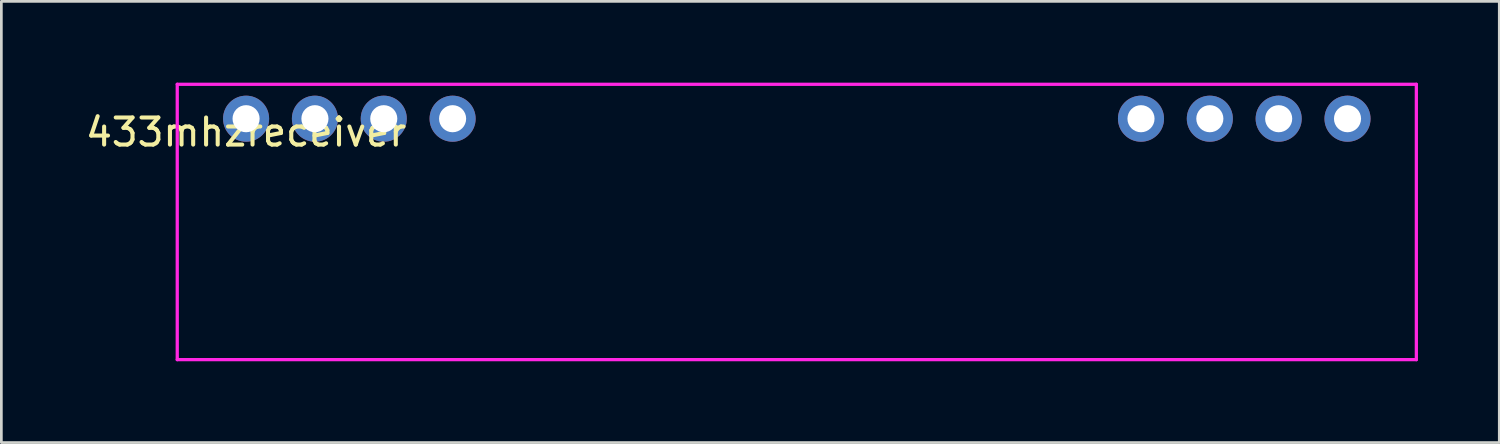
<source format=kicad_pcb>
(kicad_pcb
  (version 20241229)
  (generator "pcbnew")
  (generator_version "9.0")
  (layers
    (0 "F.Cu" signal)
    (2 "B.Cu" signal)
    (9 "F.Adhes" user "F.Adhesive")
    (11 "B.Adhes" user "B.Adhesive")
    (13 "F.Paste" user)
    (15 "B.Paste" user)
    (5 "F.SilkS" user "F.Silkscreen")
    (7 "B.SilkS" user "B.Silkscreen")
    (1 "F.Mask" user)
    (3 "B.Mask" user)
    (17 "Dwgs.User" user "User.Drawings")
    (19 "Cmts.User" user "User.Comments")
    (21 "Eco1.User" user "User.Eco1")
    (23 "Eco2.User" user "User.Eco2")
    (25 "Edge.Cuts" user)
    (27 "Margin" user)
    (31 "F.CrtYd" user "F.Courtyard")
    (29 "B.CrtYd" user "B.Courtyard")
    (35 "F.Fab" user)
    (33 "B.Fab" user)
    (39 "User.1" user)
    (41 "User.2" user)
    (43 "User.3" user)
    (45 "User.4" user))
  (footprint "433mhzreceiver"
    (layer "F.Cu")
    (at 6.03 1.33)
    (property "Reference" "433mhzreceiver" (at 0 0.5 0) (layer "F.SilkS") (effects (font (size 1 1) (thickness 0.15))))
    (attr through_hole)
    (fp_line (start -2.54 -1.27) (end -2.54 8.89) (stroke (width 0.12) (type solid)) (layer "F.CrtYd"))
    (fp_line (start -2.54 8.89) (end 43.18 8.89) (stroke (width 0.12) (type solid)) (layer "F.CrtYd"))
    (fp_line (start 43.18 -1.27) (end -2.54 -1.27) (stroke (width 0.12) (type solid)) (layer "F.CrtYd"))
    (fp_line (start 43.18 8.89) (end 43.18 -1.27) (stroke (width 0.12) (type solid)) (layer "F.CrtYd"))
    (pad "1" thru_hole circle (at 0 0) (size 1.7 1.7) (drill 1) (layers "*.Cu" "*.Mask"))
    (pad "2" thru_hole circle (at 2.54 0) (size 1.7 1.7) (drill 1) (layers "*.Cu" "*.Mask"))
    (pad "3" thru_hole circle (at 5.08 0) (size 1.7 1.7) (drill 1) (layers "*.Cu" "*.Mask"))
    (pad "4" thru_hole circle (at 7.62 0) (size 1.7 1.7) (drill 1) (layers "*.Cu" "*.Mask"))
    (pad "5" thru_hole circle (at 33.02 0) (size 1.7 1.7) (drill 1) (layers "*.Cu" "*.Mask"))
    (pad "6" thru_hole circle (at 35.56 0) (size 1.7 1.7) (drill 1) (layers "*.Cu" "*.Mask"))
    (pad "7" thru_hole circle (at 38.1 0) (size 1.7 1.7) (drill 1) (layers "*.Cu" "*.Mask"))
    (pad "8" thru_hole circle (at 40.64 0) (size 1.7 1.7) (drill 1) (layers "*.Cu" "*.Mask")))
  (gr_rect
    (start -3 -3)
    (end 52.27 13.28)
    (stroke (width 0.1) (type default))
    (fill no)
    (layer "Edge.Cuts")))
</source>
